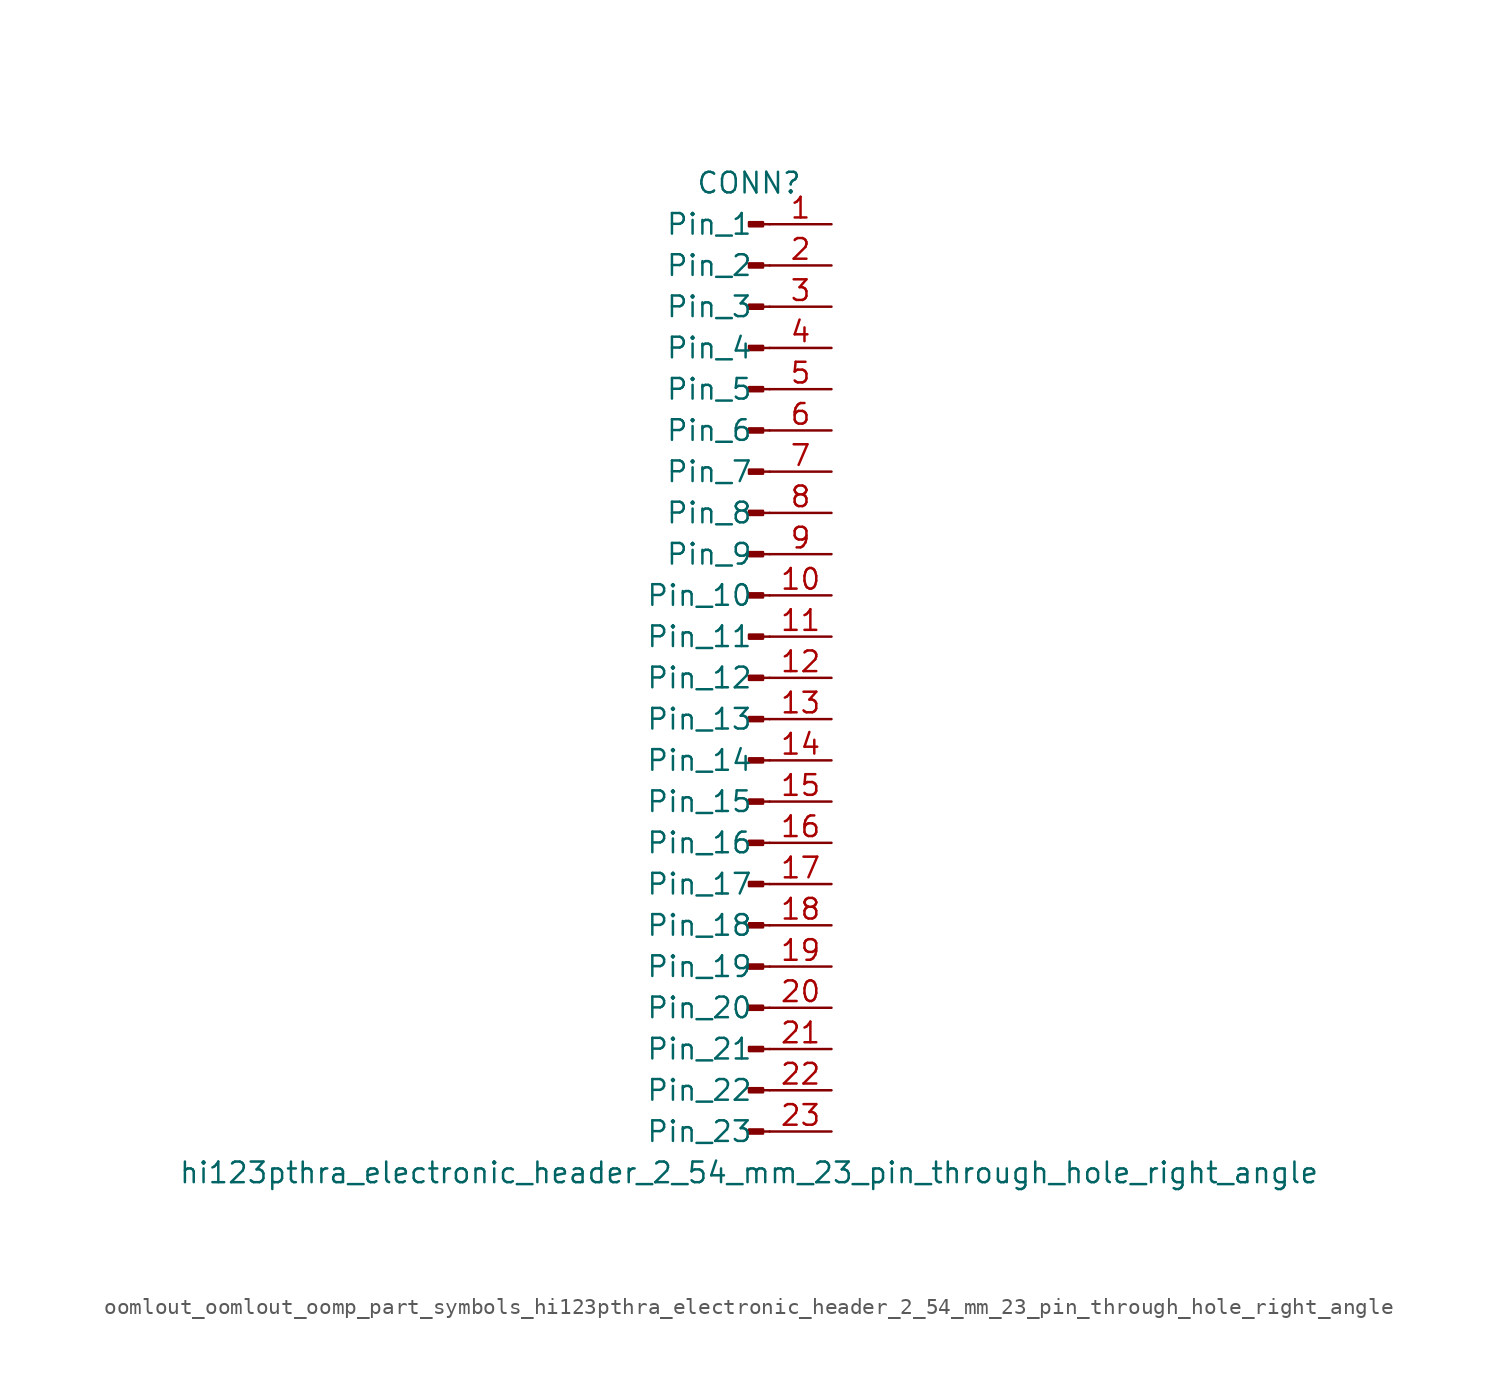
<source format=kicad_sym>
(kicad_symbol_lib
  (version 20220914)
  (generator kicad_symbol_editor)
  (symbol "oomlout_oomlout_oomp_part_symbols_hi123pthra_electronic_header_2_54_mm_23_pin_through_hole_right_angle"
    (pin_names
      (offset 1.016))
    (property "Reference" "CONN"
      (at 0 30.48 0)
      (effects (font (size 1.27 1.27))))
    (property "Value" "hi123pthra_electronic_header_2_54_mm_23_pin_through_hole_right_angle"
      (at 0 -30.48 0)
      (effects (font (size 1.27 1.27))))
    (property "ki_locked" ""
      (at 0 0 0)
      (effects (font (size 1.27 1.27))))
    (symbol "oomlout_oomlout_oomp_part_symbols_hi123pthra_electronic_header_2_54_mm_23_pin_through_hole_right_angle_1_1"
      (polyline (pts (xy 1.27 -27.94) (xy 0.864 -27.94)) (stroke (width 0.152) (type default)) (fill (type none)))
      (polyline (pts (xy 1.27 -25.4) (xy 0.864 -25.4)) (stroke (width 0.152) (type default)) (fill (type none)))
      (polyline (pts (xy 1.27 -22.86) (xy 0.864 -22.86)) (stroke (width 0.152) (type default)) (fill (type none)))
      (polyline (pts (xy 1.27 -20.32) (xy 0.864 -20.32)) (stroke (width 0.152) (type default)) (fill (type none)))
      (polyline (pts (xy 1.27 -17.78) (xy 0.864 -17.78)) (stroke (width 0.152) (type default)) (fill (type none)))
      (polyline (pts (xy 1.27 -15.24) (xy 0.864 -15.24)) (stroke (width 0.152) (type default)) (fill (type none)))
      (polyline (pts (xy 1.27 -12.7) (xy 0.864 -12.7)) (stroke (width 0.152) (type default)) (fill (type none)))
      (polyline (pts (xy 1.27 -10.16) (xy 0.864 -10.16)) (stroke (width 0.152) (type default)) (fill (type none)))
      (polyline (pts (xy 1.27 -7.62) (xy 0.864 -7.62)) (stroke (width 0.152) (type default)) (fill (type none)))
      (polyline (pts (xy 1.27 -5.08) (xy 0.864 -5.08)) (stroke (width 0.152) (type default)) (fill (type none)))
      (polyline (pts (xy 1.27 -2.54) (xy 0.864 -2.54)) (stroke (width 0.152) (type default)) (fill (type none)))
      (polyline (pts (xy 1.27 0) (xy 0.864 0)) (stroke (width 0.152) (type default)) (fill (type none)))
      (polyline (pts (xy 1.27 2.54) (xy 0.864 2.54)) (stroke (width 0.152) (type default)) (fill (type none)))
      (polyline (pts (xy 1.27 5.08) (xy 0.864 5.08)) (stroke (width 0.152) (type default)) (fill (type none)))
      (polyline (pts (xy 1.27 7.62) (xy 0.864 7.62)) (stroke (width 0.152) (type default)) (fill (type none)))
      (polyline (pts (xy 1.27 10.16) (xy 0.864 10.16)) (stroke (width 0.152) (type default)) (fill (type none)))
      (polyline (pts (xy 1.27 12.7) (xy 0.864 12.7)) (stroke (width 0.152) (type default)) (fill (type none)))
      (polyline (pts (xy 1.27 15.24) (xy 0.864 15.24)) (stroke (width 0.152) (type default)) (fill (type none)))
      (polyline (pts (xy 1.27 17.78) (xy 0.864 17.78)) (stroke (width 0.152) (type default)) (fill (type none)))
      (polyline (pts (xy 1.27 20.32) (xy 0.864 20.32)) (stroke (width 0.152) (type default)) (fill (type none)))
      (polyline (pts (xy 1.27 22.86) (xy 0.864 22.86)) (stroke (width 0.152) (type default)) (fill (type none)))
      (polyline (pts (xy 1.27 25.4) (xy 0.864 25.4)) (stroke (width 0.152) (type default)) (fill (type none)))
      (polyline (pts (xy 1.27 27.94) (xy 0.864 27.94)) (stroke (width 0.152) (type default)) (fill (type none)))
      (rectangle (start 0.864 -27.813) (end 0 -28.067) (stroke (width 0.152) (type default)) (fill (type outline)))
      (rectangle (start 0.864 -25.273) (end 0 -25.527) (stroke (width 0.152) (type default)) (fill (type outline)))
      (rectangle (start 0.864 -22.733) (end 0 -22.987) (stroke (width 0.152) (type default)) (fill (type outline)))
      (rectangle (start 0.864 -20.193) (end 0 -20.447) (stroke (width 0.152) (type default)) (fill (type outline)))
      (rectangle (start 0.864 -17.653) (end 0 -17.907) (stroke (width 0.152) (type default)) (fill (type outline)))
      (rectangle (start 0.864 -15.113) (end 0 -15.367) (stroke (width 0.152) (type default)) (fill (type outline)))
      (rectangle (start 0.864 -12.573) (end 0 -12.827) (stroke (width 0.152) (type default)) (fill (type outline)))
      (rectangle (start 0.864 -10.033) (end 0 -10.287) (stroke (width 0.152) (type default)) (fill (type outline)))
      (rectangle (start 0.864 -7.493) (end 0 -7.747) (stroke (width 0.152) (type default)) (fill (type outline)))
      (rectangle (start 0.864 -4.953) (end 0 -5.207) (stroke (width 0.152) (type default)) (fill (type outline)))
      (rectangle (start 0.864 -2.413) (end 0 -2.667) (stroke (width 0.152) (type default)) (fill (type outline)))
      (rectangle (start 0.864 0.127) (end 0 -0.127) (stroke (width 0.152) (type default)) (fill (type outline)))
      (rectangle (start 0.864 2.667) (end 0 2.413) (stroke (width 0.152) (type default)) (fill (type outline)))
      (rectangle (start 0.864 5.207) (end 0 4.953) (stroke (width 0.152) (type default)) (fill (type outline)))
      (rectangle (start 0.864 7.747) (end 0 7.493) (stroke (width 0.152) (type default)) (fill (type outline)))
      (rectangle (start 0.864 10.287) (end 0 10.033) (stroke (width 0.152) (type default)) (fill (type outline)))
      (rectangle (start 0.864 12.827) (end 0 12.573) (stroke (width 0.152) (type default)) (fill (type outline)))
      (rectangle (start 0.864 15.367) (end 0 15.113) (stroke (width 0.152) (type default)) (fill (type outline)))
      (rectangle (start 0.864 17.907) (end 0 17.653) (stroke (width 0.152) (type default)) (fill (type outline)))
      (rectangle (start 0.864 20.447) (end 0 20.193) (stroke (width 0.152) (type default)) (fill (type outline)))
      (rectangle (start 0.864 22.987) (end 0 22.733) (stroke (width 0.152) (type default)) (fill (type outline)))
      (rectangle (start 0.864 25.527) (end 0 25.273) (stroke (width 0.152) (type default)) (fill (type outline)))
      (rectangle (start 0.864 28.067) (end 0 27.813) (stroke (width 0.152) (type default)) (fill (type outline)))
      (pin passive line (at 5.08 27.94 180) (length 3.81) (name "Pin_1" (effects (font (size 1.27 1.27)))) (number "1" (effects (font (size 1.27 1.27)))))
      (pin passive line (at 5.08 5.08 180) (length 3.81) (name "Pin_10" (effects (font (size 1.27 1.27)))) (number "10" (effects (font (size 1.27 1.27)))))
      (pin passive line (at 5.08 2.54 180) (length 3.81) (name "Pin_11" (effects (font (size 1.27 1.27)))) (number "11" (effects (font (size 1.27 1.27)))))
      (pin passive line (at 5.08 0 180) (length 3.81) (name "Pin_12" (effects (font (size 1.27 1.27)))) (number "12" (effects (font (size 1.27 1.27)))))
      (pin passive line (at 5.08 -2.54 180) (length 3.81) (name "Pin_13" (effects (font (size 1.27 1.27)))) (number "13" (effects (font (size 1.27 1.27)))))
      (pin passive line (at 5.08 -5.08 180) (length 3.81) (name "Pin_14" (effects (font (size 1.27 1.27)))) (number "14" (effects (font (size 1.27 1.27)))))
      (pin passive line (at 5.08 -7.62 180) (length 3.81) (name "Pin_15" (effects (font (size 1.27 1.27)))) (number "15" (effects (font (size 1.27 1.27)))))
      (pin passive line (at 5.08 -10.16 180) (length 3.81) (name "Pin_16" (effects (font (size 1.27 1.27)))) (number "16" (effects (font (size 1.27 1.27)))))
      (pin passive line (at 5.08 -12.7 180) (length 3.81) (name "Pin_17" (effects (font (size 1.27 1.27)))) (number "17" (effects (font (size 1.27 1.27)))))
      (pin passive line (at 5.08 -15.24 180) (length 3.81) (name "Pin_18" (effects (font (size 1.27 1.27)))) (number "18" (effects (font (size 1.27 1.27)))))
      (pin passive line (at 5.08 -17.78 180) (length 3.81) (name "Pin_19" (effects (font (size 1.27 1.27)))) (number "19" (effects (font (size 1.27 1.27)))))
      (pin passive line (at 5.08 25.4 180) (length 3.81) (name "Pin_2" (effects (font (size 1.27 1.27)))) (number "2" (effects (font (size 1.27 1.27)))))
      (pin passive line (at 5.08 -20.32 180) (length 3.81) (name "Pin_20" (effects (font (size 1.27 1.27)))) (number "20" (effects (font (size 1.27 1.27)))))
      (pin passive line (at 5.08 -22.86 180) (length 3.81) (name "Pin_21" (effects (font (size 1.27 1.27)))) (number "21" (effects (font (size 1.27 1.27)))))
      (pin passive line (at 5.08 -25.4 180) (length 3.81) (name "Pin_22" (effects (font (size 1.27 1.27)))) (number "22" (effects (font (size 1.27 1.27)))))
      (pin passive line (at 5.08 -27.94 180) (length 3.81) (name "Pin_23" (effects (font (size 1.27 1.27)))) (number "23" (effects (font (size 1.27 1.27)))))
      (pin passive line (at 5.08 22.86 180) (length 3.81) (name "Pin_3" (effects (font (size 1.27 1.27)))) (number "3" (effects (font (size 1.27 1.27)))))
      (pin passive line (at 5.08 20.32 180) (length 3.81) (name "Pin_4" (effects (font (size 1.27 1.27)))) (number "4" (effects (font (size 1.27 1.27)))))
      (pin passive line (at 5.08 17.78 180) (length 3.81) (name "Pin_5" (effects (font (size 1.27 1.27)))) (number "5" (effects (font (size 1.27 1.27)))))
      (pin passive line (at 5.08 15.24 180) (length 3.81) (name "Pin_6" (effects (font (size 1.27 1.27)))) (number "6" (effects (font (size 1.27 1.27)))))
      (pin passive line (at 5.08 12.7 180) (length 3.81) (name "Pin_7" (effects (font (size 1.27 1.27)))) (number "7" (effects (font (size 1.27 1.27)))))
      (pin passive line (at 5.08 10.16 180) (length 3.81) (name "Pin_8" (effects (font (size 1.27 1.27)))) (number "8" (effects (font (size 1.27 1.27)))))
      (pin passive line (at 5.08 7.62 180) (length 3.81) (name "Pin_9" (effects (font (size 1.27 1.27)))) (number "9" (effects (font (size 1.27 1.27))))))))
</source>
